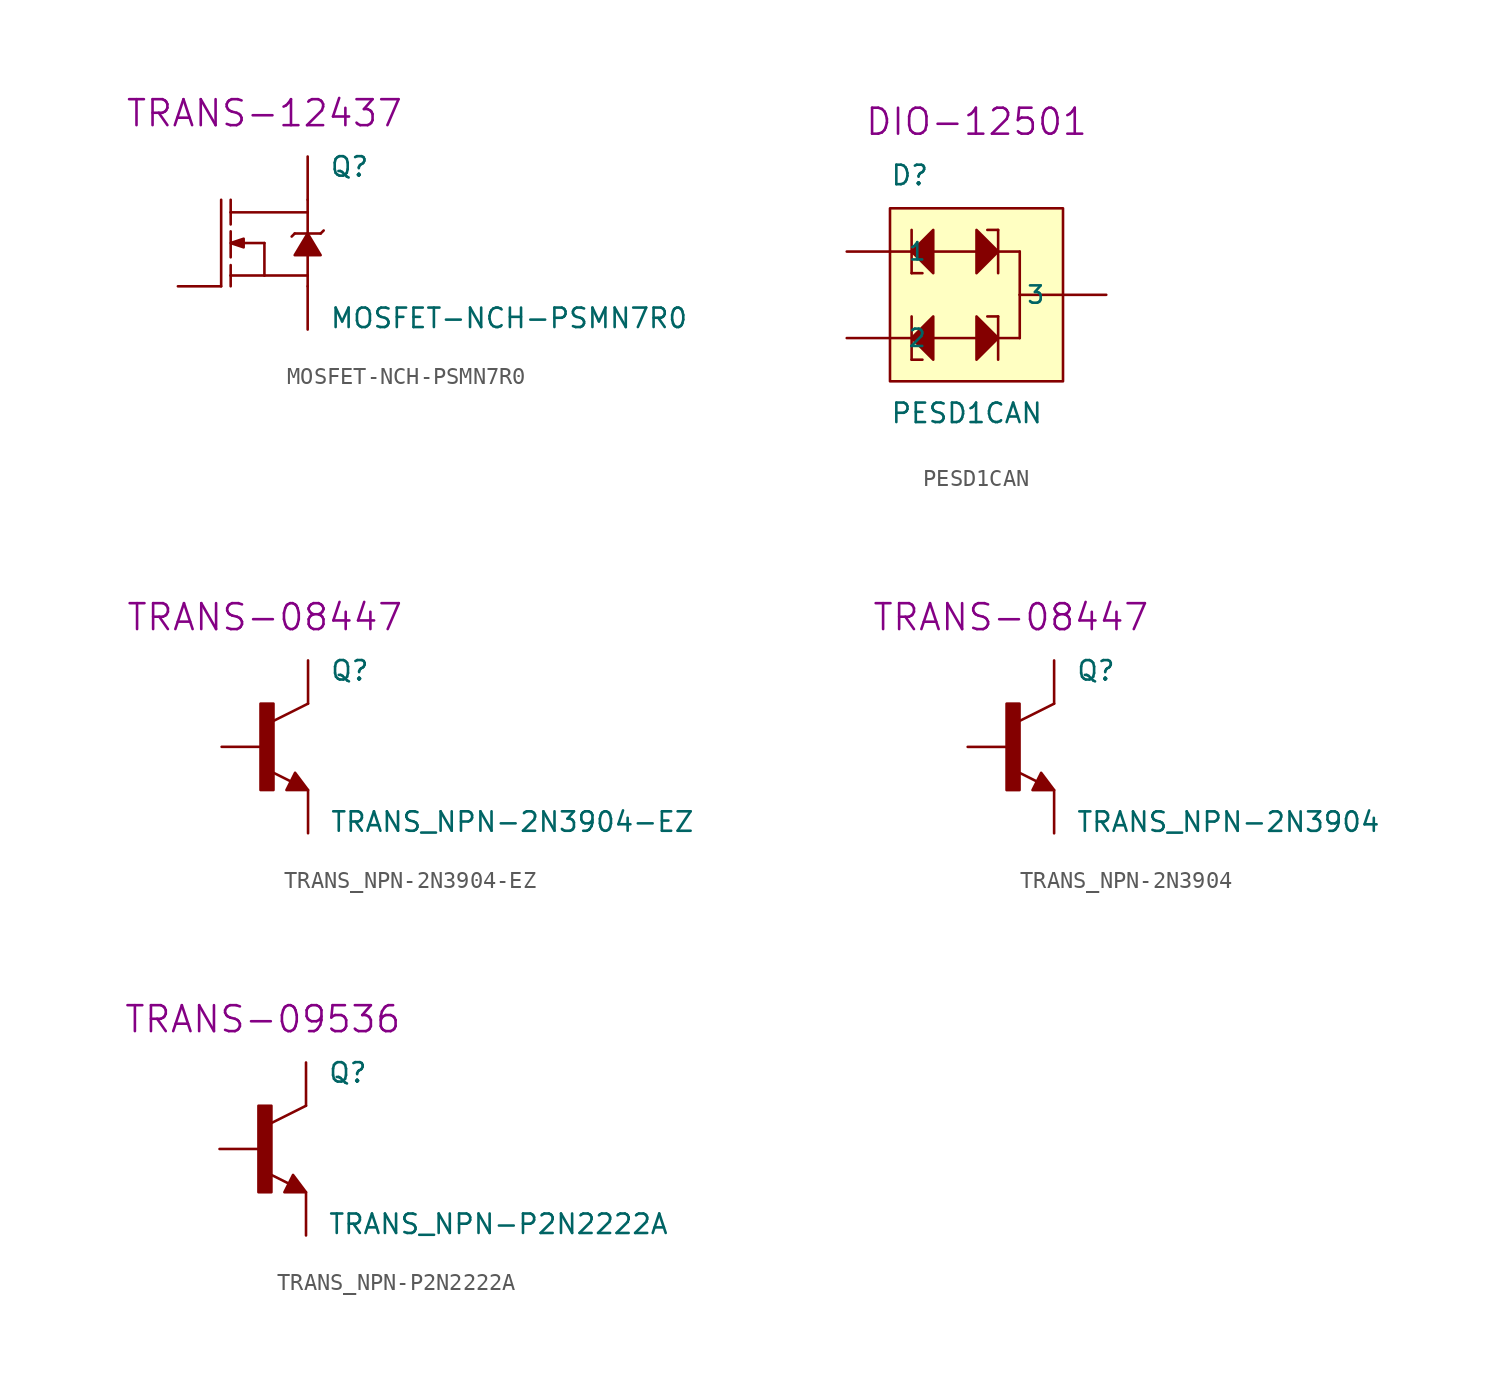
<source format=kicad_sym>
(kicad_symbol_lib
  (version 20220914)
  (generator kicad_symbol_editor)
  (symbol "MOSFET-NCH-PSMN7R0"
    (pin_numbers hide)
    (pin_names
      (offset 1.016) hide)
    (property "Reference" "Q"
      (at 3.81 3.81 0)
      (effects (font (size 1.143 1.143)) (justify left bottom)))
    (property "Value" "MOSFET-NCH-PSMN7R0"
      (at 3.81 -5.08 0)
      (effects (font (size 1.143 1.143)) (justify left bottom)))
    (property "Field4" "TRANS-12437"
      (at 0 7.62 0)
      (effects (font (size 1.524 1.524))))
    (property "ki_locked" ""
      (at 0 0 0)
      (effects (font (size 1.27 1.27))))
    (symbol "MOSFET-NCH-PSMN7R0_1_0"
      (polyline (pts (xy -2.54 -2.54) (xy -2.54 2.54)) (stroke (width 0) (type solid)) (fill (type none)))
      (polyline (pts (xy -1.981 -1.905) (xy -1.981 -2.54)) (stroke (width 0) (type solid)) (fill (type none)))
      (polyline (pts (xy -1.981 -1.905) (xy 0 -1.905)) (stroke (width 0) (type solid)) (fill (type none)))
      (polyline (pts (xy -1.981 -1.295) (xy -1.981 -1.905)) (stroke (width 0) (type solid)) (fill (type none)))
      (polyline (pts (xy -1.981 0.686) (xy -1.981 -0.838)) (stroke (width 0) (type solid)) (fill (type none)))
      (polyline (pts (xy -1.981 1.803) (xy -1.981 1.092)) (stroke (width 0) (type solid)) (fill (type none)))
      (polyline (pts (xy -1.981 1.803) (xy 2.54 1.803)) (stroke (width 0) (type solid)) (fill (type none)))
      (polyline (pts (xy -1.981 2.54) (xy -1.981 1.803)) (stroke (width 0) (type solid)) (fill (type none)))
      (polyline (pts (xy 0 -1.905) (xy 0 0)) (stroke (width 0) (type solid)) (fill (type none)))
      (polyline (pts (xy 0 0) (xy -1.219 0)) (stroke (width 0) (type solid)) (fill (type none)))
      (polyline (pts (xy 1.6 0.381) (xy 1.778 0.559)) (stroke (width 0) (type solid)) (fill (type none)))
      (polyline (pts (xy 2.54 -2.54) (xy 2.54 -1.905)) (stroke (width 0) (type solid)) (fill (type none)))
      (polyline (pts (xy 2.54 -1.905) (xy 0 -1.905)) (stroke (width 0) (type solid)) (fill (type none)))
      (polyline (pts (xy 2.54 -0.711) (xy 2.54 -1.905)) (stroke (width 0) (type solid)) (fill (type none)))
      (polyline (pts (xy 2.54 0.559) (xy 1.778 0.559)) (stroke (width 0) (type solid)) (fill (type none)))
      (polyline (pts (xy 2.54 0.559) (xy 3.302 0.559)) (stroke (width 0) (type solid)) (fill (type none)))
      (polyline (pts (xy 2.54 1.803) (xy 2.54 0.559)) (stroke (width 0) (type solid)) (fill (type none)))
      (polyline (pts (xy 2.54 2.54) (xy 2.54 1.803)) (stroke (width 0) (type solid)) (fill (type none)))
      (polyline (pts (xy 3.302 0.559) (xy 3.48 0.737)) (stroke (width 0) (type solid)) (fill (type none))))
    (symbol "MOSFET-NCH-PSMN7R0_1_1"
      (polyline (pts (xy -1.981 0) (xy -1.219 0.254) (xy -1.219 0.254) (xy -1.219 -0.254) (xy -1.219 -0.254) (xy -1.981 0)) (stroke (width 0) (type solid)) (fill (type outline)))
      (polyline (pts (xy 1.778 -0.711) (xy 2.54 0.559) (xy 2.54 0.559) (xy 3.302 -0.711) (xy 3.302 -0.711) (xy 1.778 -0.711)) (stroke (width 0) (type solid)) (fill (type outline)))
      (pin bidirectional line (at -5.08 -2.54 0) (length 2.54) (name "G" (effects (font (size 1.016 1.016)))) (number "1" (effects (font (size 1.016 1.016)))))
      (pin bidirectional line (at 2.54 5.08 270) (length 2.54) (name "D" (effects (font (size 1.016 1.016)))) (number "2" (effects (font (size 1.016 1.016)))))
      (pin bidirectional line (at 2.54 -5.08 90) (length 2.54) (name "S" (effects (font (size 1.016 1.016)))) (number "3" (effects (font (size 1.016 1.016)))))))
  (symbol "PESD1CAN"
    (pin_numbers hide)
    (pin_names
      (offset 1.016))
    (property "Reference" "D"
      (at -5.08 6.35 0)
      (effects (font (size 1.143 1.143)) (justify left bottom)))
    (property "Value" "PESD1CAN"
      (at -5.08 -7.62 0)
      (effects (font (size 1.143 1.143)) (justify left bottom)))
    (property "Field4" "DIO-12501"
      (at 0 10.16 0)
      (effects (font (size 1.524 1.524))))
    (property "ki_locked" ""
      (at 0 0 0)
      (effects (font (size 1.27 1.27))))
    (symbol "PESD1CAN_1_0"
      (polyline (pts (xy -5.08 -2.54) (xy -3.81 -2.54)) (stroke (width 0) (type solid)) (fill (type none)))
      (polyline (pts (xy -5.08 2.54) (xy -3.81 2.54)) (stroke (width 0) (type solid)) (fill (type none)))
      (polyline (pts (xy -3.81 -3.81) (xy -3.175 -3.81)) (stroke (width 0) (type solid)) (fill (type none)))
      (polyline (pts (xy -3.81 -2.54) (xy -3.81 -3.81)) (stroke (width 0) (type solid)) (fill (type none)))
      (polyline (pts (xy -3.81 -2.54) (xy 1.27 -2.54)) (stroke (width 0) (type solid)) (fill (type none)))
      (polyline (pts (xy -3.81 -1.27) (xy -3.81 -2.54)) (stroke (width 0) (type solid)) (fill (type none)))
      (polyline (pts (xy -3.81 1.27) (xy -3.175 1.27)) (stroke (width 0) (type solid)) (fill (type none)))
      (polyline (pts (xy -3.81 2.54) (xy -3.81 1.27)) (stroke (width 0) (type solid)) (fill (type none)))
      (polyline (pts (xy -3.81 2.54) (xy 1.27 2.54)) (stroke (width 0) (type solid)) (fill (type none)))
      (polyline (pts (xy -3.81 3.81) (xy -3.81 2.54)) (stroke (width 0) (type solid)) (fill (type none)))
      (polyline (pts (xy 1.27 -3.81) (xy 1.27 -2.54)) (stroke (width 0) (type solid)) (fill (type none)))
      (polyline (pts (xy 1.27 -2.54) (xy 1.27 -1.27)) (stroke (width 0) (type solid)) (fill (type none)))
      (polyline (pts (xy 1.27 -2.54) (xy 2.54 -2.54)) (stroke (width 0) (type solid)) (fill (type none)))
      (polyline (pts (xy 1.27 -1.27) (xy 0.635 -1.27)) (stroke (width 0) (type solid)) (fill (type none)))
      (polyline (pts (xy 1.27 1.27) (xy 1.27 2.54)) (stroke (width 0) (type solid)) (fill (type none)))
      (polyline (pts (xy 1.27 2.54) (xy 1.27 3.81)) (stroke (width 0) (type solid)) (fill (type none)))
      (polyline (pts (xy 1.27 2.54) (xy 2.54 2.54)) (stroke (width 0) (type solid)) (fill (type none)))
      (polyline (pts (xy 1.27 3.81) (xy 0.635 3.81)) (stroke (width 0) (type solid)) (fill (type none)))
      (polyline (pts (xy 2.54 0) (xy 2.54 -2.54)) (stroke (width 0) (type solid)) (fill (type none)))
      (polyline (pts (xy 2.54 0) (xy 5.08 0)) (stroke (width 0) (type solid)) (fill (type none)))
      (polyline (pts (xy 2.54 2.54) (xy 2.54 0)) (stroke (width 0) (type solid)) (fill (type none))))
    (symbol "PESD1CAN_1_1"
      (polyline (pts (xy -2.54 -1.27) (xy -2.54 -3.81) (xy -2.54 -3.81) (xy -3.81 -2.54) (xy -3.81 -2.54) (xy -2.54 -1.27)) (stroke (width 0) (type solid)) (fill (type outline)))
      (polyline (pts (xy -2.54 3.81) (xy -3.81 2.54) (xy -3.81 2.54) (xy -2.54 1.27) (xy -2.54 1.27) (xy -2.54 3.81)) (stroke (width 0) (type solid)) (fill (type outline)))
      (polyline (pts (xy 0 -1.27) (xy 1.27 -2.54) (xy 1.27 -2.54) (xy 0 -3.81) (xy 0 -3.81) (xy 0 -1.27)) (stroke (width 0) (type solid)) (fill (type outline)))
      (polyline (pts (xy 0 3.81) (xy 1.27 2.54) (xy 1.27 2.54) (xy 0 1.27) (xy 0 1.27) (xy 0 3.81)) (stroke (width 0) (type solid)) (fill (type outline)))
      (polyline (pts (xy -5.08 -5.08) (xy 5.08 -5.08) (xy 5.08 5.08) (xy -5.08 5.08) (xy -5.08 2.54) (xy -5.08 -2.54) (xy -5.08 -5.08)) (stroke (width 0) (type solid)) (fill (type background)))
      (pin bidirectional line (at -7.62 2.54 0) (length 2.54) (name "1" (effects (font (size 1.016 1.016)))) (number "1" (effects (font (size 1.016 1.016)))))
      (pin bidirectional line (at -7.62 -2.54 0) (length 2.54) (name "2" (effects (font (size 1.016 1.016)))) (number "2" (effects (font (size 1.016 1.016)))))
      (pin bidirectional line (at 7.62 0 180) (length 2.54) (name "3" (effects (font (size 1.016 1.016)))) (number "3" (effects (font (size 1.016 1.016)))))))
  (symbol "TRANS_NPN-2N3904-EZ"
    (pin_numbers hide)
    (pin_names
      (offset 1.016) hide)
    (property "Reference" "Q"
      (at 3.81 3.81 0)
      (effects (font (size 1.143 1.143)) (justify left bottom)))
    (property "Value" "TRANS_NPN-2N3904-EZ"
      (at 3.81 -5.08 0)
      (effects (font (size 1.143 1.143)) (justify left bottom)))
    (property "Field4" "TRANS-08447"
      (at 0 7.62 0)
      (effects (font (size 1.524 1.524))))
    (property "ki_locked" ""
      (at 0 0 0)
      (effects (font (size 1.27 1.27))))
    (symbol "TRANS_NPN-2N3904-EZ_1_0"
      (polyline (pts (xy 1.524 -2.032) (xy 0.305 -1.422)) (stroke (width 0) (type solid)) (fill (type none)))
      (polyline (pts (xy 2.54 2.54) (xy 0.508 1.524)) (stroke (width 0) (type solid)) (fill (type none))))
    (symbol "TRANS_NPN-2N3904-EZ_1_1"
      (rectangle (start -0.254 -2.54) (end 0.508 2.54) (stroke (width 0) (type solid)) (fill (type outline)))
      (polyline (pts (xy 1.778 -1.524) (xy 2.54 -2.54) (xy 1.27 -2.54) (xy 1.778 -1.524)) (stroke (width 0) (type solid)) (fill (type outline)))
      (pin passive line (at 2.54 -5.08 90) (length 2.54) (name "E" (effects (font (size 1.016 1.016)))) (number "1" (effects (font (size 1.016 1.016)))))
      (pin passive line (at -2.54 0 0) (length 2.54) (name "B" (effects (font (size 1.016 1.016)))) (number "2" (effects (font (size 1.016 1.016)))))
      (pin passive line (at 2.54 5.08 270) (length 2.54) (name "C" (effects (font (size 1.016 1.016)))) (number "3" (effects (font (size 1.016 1.016)))))))
  (symbol "TRANS_NPN-2N3904"
    (pin_numbers hide)
    (pin_names
      (offset 1.016) hide)
    (property "Reference" "Q"
      (at 3.81 3.81 0)
      (effects (font (size 1.143 1.143)) (justify left bottom)))
    (property "Value" "TRANS_NPN-2N3904"
      (at 3.81 -5.08 0)
      (effects (font (size 1.143 1.143)) (justify left bottom)))
    (property "Field4" "TRANS-08447"
      (at 0 7.62 0)
      (effects (font (size 1.524 1.524))))
    (property "ki_locked" ""
      (at 0 0 0)
      (effects (font (size 1.27 1.27))))
    (symbol "TRANS_NPN-2N3904_1_0"
      (polyline (pts (xy 1.524 -2.032) (xy 0.305 -1.422)) (stroke (width 0) (type solid)) (fill (type none)))
      (polyline (pts (xy 2.54 2.54) (xy 0.508 1.524)) (stroke (width 0) (type solid)) (fill (type none))))
    (symbol "TRANS_NPN-2N3904_1_1"
      (rectangle (start -0.254 -2.54) (end 0.508 2.54) (stroke (width 0) (type solid)) (fill (type outline)))
      (polyline (pts (xy 1.778 -1.524) (xy 2.54 -2.54) (xy 1.27 -2.54) (xy 1.778 -1.524)) (stroke (width 0) (type solid)) (fill (type outline)))
      (pin passive line (at 2.54 -5.08 90) (length 2.54) (name "E" (effects (font (size 1.016 1.016)))) (number "1" (effects (font (size 1.016 1.016)))))
      (pin passive line (at -2.54 0 0) (length 2.54) (name "B" (effects (font (size 1.016 1.016)))) (number "2" (effects (font (size 1.016 1.016)))))
      (pin passive line (at 2.54 5.08 270) (length 2.54) (name "C" (effects (font (size 1.016 1.016)))) (number "3" (effects (font (size 1.016 1.016)))))))
  (symbol "TRANS_NPN-P2N2222A"
    (pin_numbers hide)
    (pin_names
      (offset 1.016) hide)
    (property "Reference" "Q"
      (at 3.81 3.81 0)
      (effects (font (size 1.143 1.143)) (justify left bottom)))
    (property "Value" "TRANS_NPN-P2N2222A"
      (at 3.81 -5.08 0)
      (effects (font (size 1.143 1.143)) (justify left bottom)))
    (property "Field4" "TRANS-09536"
      (at 0 7.62 0)
      (effects (font (size 1.524 1.524))))
    (property "ki_locked" ""
      (at 0 0 0)
      (effects (font (size 1.27 1.27))))
    (symbol "TRANS_NPN-P2N2222A_1_0"
      (polyline (pts (xy 1.524 -2.032) (xy 0.305 -1.422)) (stroke (width 0) (type solid)) (fill (type none)))
      (polyline (pts (xy 2.54 2.54) (xy 0.508 1.524)) (stroke (width 0) (type solid)) (fill (type none))))
    (symbol "TRANS_NPN-P2N2222A_1_1"
      (rectangle (start -0.254 -2.54) (end 0.508 2.54) (stroke (width 0) (type solid)) (fill (type outline)))
      (polyline (pts (xy 1.778 -1.524) (xy 2.54 -2.54) (xy 1.27 -2.54) (xy 1.778 -1.524)) (stroke (width 0) (type solid)) (fill (type outline)))
      (pin passive line (at 2.54 5.08 270) (length 2.54) (name "C" (effects (font (size 1.016 1.016)))) (number "1" (effects (font (size 1.016 1.016)))))
      (pin passive line (at -2.54 0 0) (length 2.54) (name "B" (effects (font (size 1.016 1.016)))) (number "2" (effects (font (size 1.016 1.016)))))
      (pin passive line (at 2.54 -5.08 90) (length 2.54) (name "E" (effects (font (size 1.016 1.016)))) (number "3" (effects (font (size 1.016 1.016))))))))
</source>
